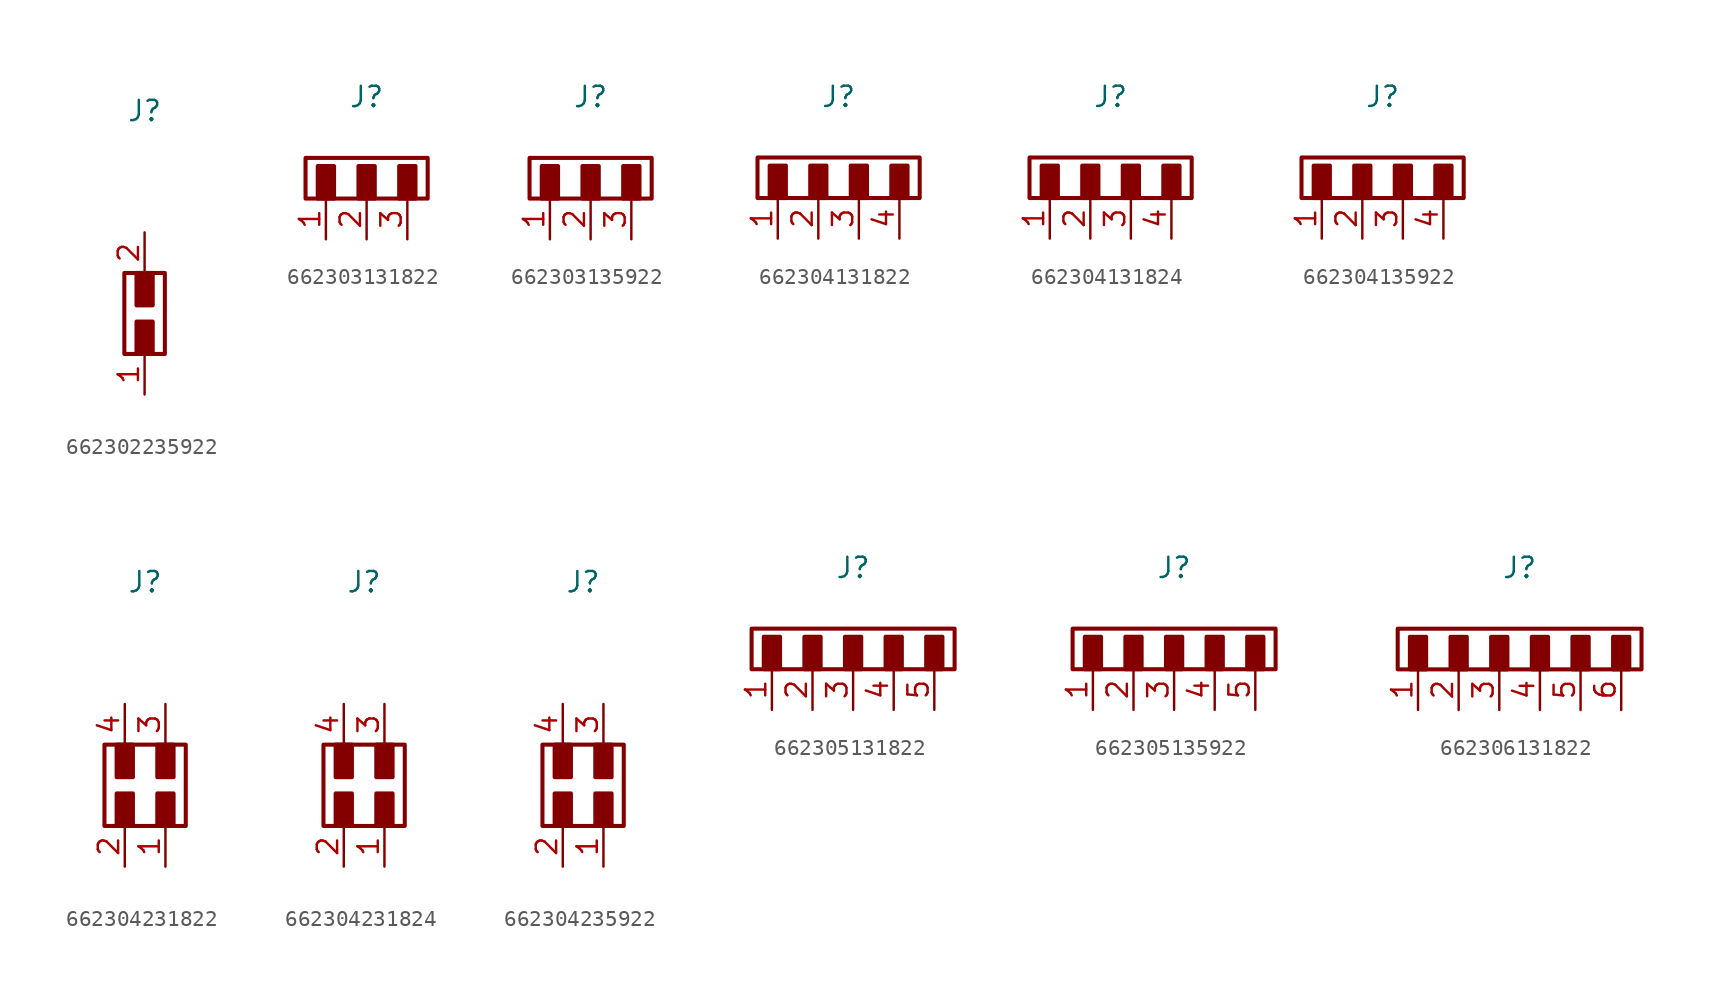
<source format=kicad_sym>
(kicad_symbol_lib
  (version 20241209)
  (generator "kicad_symbol_editor")
  (generator_version "9.0")
  (symbol "662302235922"
    (pin_names
      (hide yes))
    (property "Reference" "J"
      (at 0 12.7 0)
      (effects (font (size 1.27 1.27))))
    (symbol "662302235922_1_1"
      (rectangle (start -0.508 2.54) (end 0.508 0.508) (stroke (width 0.254) (type solid)) (fill (type outline)))
      (rectangle (start -0.508 -0.508) (end 0.508 -2.54) (stroke (width 0.254) (type solid)) (fill (type outline)))
      (rectangle (start 1.27 -2.54) (end -1.27 2.54) (stroke (width 0.254) (type solid)) (fill (type none)))
      (pin passive line (at 0 5.08 270) (length 2.54) (name "2" (effects (font (size 1.27 1.27)))) (number "2" (effects (font (size 1.27 1.27)))))
      (pin passive line (at 0 -5.08 90) (length 2.54) (name "1" (effects (font (size 1.27 1.27)))) (number "1" (effects (font (size 1.27 1.27)))))))
  (symbol "662303131822"
    (pin_names
      (hide yes))
    (property "Reference" "J"
      (at 0 5.08 0)
      (effects (font (size 1.27 1.27))))
    (symbol "662303131822_1_1"
      (rectangle (start -3.81 1.27) (end 3.81 -1.27) (stroke (width 0.254) (type solid)) (fill (type none)))
      (rectangle (start -3.048 0.762) (end -2.032 -1.27) (stroke (width 0.254) (type solid)) (fill (type outline)))
      (rectangle (start 0.508 -1.27) (end -0.508 0.762) (stroke (width 0.254) (type solid)) (fill (type outline)))
      (rectangle (start 3.048 -1.27) (end 2.032 0.762) (stroke (width 0.254) (type solid)) (fill (type outline)))
      (pin passive line (at -2.54 -3.81 90) (length 2.54) (name "1" (effects (font (size 1.27 1.27)))) (number "1" (effects (font (size 1.27 1.27)))))
      (pin passive line (at 0 -3.81 90) (length 2.54) (name "2" (effects (font (size 1.27 1.27)))) (number "2" (effects (font (size 1.27 1.27)))))
      (pin passive line (at 2.54 -3.81 90) (length 2.54) (name "3" (effects (font (size 1.27 1.27)))) (number "3" (effects (font (size 1.27 1.27)))))))
  (symbol "662303135922"
    (pin_names
      (hide yes))
    (property "Reference" "J"
      (at 0 5.08 0)
      (effects (font (size 1.27 1.27))))
    (symbol "662303135922_1_1"
      (rectangle (start -3.81 1.27) (end 3.81 -1.27) (stroke (width 0.254) (type solid)) (fill (type none)))
      (rectangle (start -3.048 0.762) (end -2.032 -1.27) (stroke (width 0.254) (type solid)) (fill (type outline)))
      (rectangle (start 0.508 -1.27) (end -0.508 0.762) (stroke (width 0.254) (type solid)) (fill (type outline)))
      (rectangle (start 3.048 -1.27) (end 2.032 0.762) (stroke (width 0.254) (type solid)) (fill (type outline)))
      (pin passive line (at -2.54 -3.81 90) (length 2.54) (name "1" (effects (font (size 1.27 1.27)))) (number "1" (effects (font (size 1.27 1.27)))))
      (pin passive line (at 0 -3.81 90) (length 2.54) (name "2" (effects (font (size 1.27 1.27)))) (number "2" (effects (font (size 1.27 1.27)))))
      (pin passive line (at 2.54 -3.81 90) (length 2.54) (name "3" (effects (font (size 1.27 1.27)))) (number "3" (effects (font (size 1.27 1.27)))))))
  (symbol "662304131822"
    (pin_names
      (hide yes))
    (property "Reference" "J"
      (at 0 5.08 0)
      (effects (font (size 1.27 1.27))))
    (symbol "662304131822_1_1"
      (rectangle (start -5.08 1.27) (end 5.08 -1.27) (stroke (width 0.254) (type solid)) (fill (type none)))
      (rectangle (start -4.318 0.762) (end -3.302 -1.27) (stroke (width 0.254) (type solid)) (fill (type outline)))
      (rectangle (start -0.762 -1.27) (end -1.778 0.762) (stroke (width 0.254) (type solid)) (fill (type outline)))
      (rectangle (start 1.778 -1.27) (end 0.762 0.762) (stroke (width 0.254) (type solid)) (fill (type outline)))
      (rectangle (start 4.318 -1.27) (end 3.302 0.762) (stroke (width 0.254) (type solid)) (fill (type outline)))
      (pin passive line (at -3.81 -3.81 90) (length 2.54) (name "1" (effects (font (size 1.27 1.27)))) (number "1" (effects (font (size 1.27 1.27)))))
      (pin passive line (at -1.27 -3.81 90) (length 2.54) (name "2" (effects (font (size 1.27 1.27)))) (number "2" (effects (font (size 1.27 1.27)))))
      (pin passive line (at 1.27 -3.81 90) (length 2.54) (name "3" (effects (font (size 1.27 1.27)))) (number "3" (effects (font (size 1.27 1.27)))))
      (pin passive line (at 3.81 -3.81 90) (length 2.54) (name "4" (effects (font (size 1.27 1.27)))) (number "4" (effects (font (size 1.27 1.27)))))))
  (symbol "662304131824"
    (pin_names
      (hide yes))
    (property "Reference" "J"
      (at 0 5.08 0)
      (effects (font (size 1.27 1.27))))
    (symbol "662304131824_1_1"
      (rectangle (start -5.08 1.27) (end 5.08 -1.27) (stroke (width 0.254) (type solid)) (fill (type none)))
      (rectangle (start -4.318 0.762) (end -3.302 -1.27) (stroke (width 0.254) (type solid)) (fill (type outline)))
      (rectangle (start -0.762 -1.27) (end -1.778 0.762) (stroke (width 0.254) (type solid)) (fill (type outline)))
      (rectangle (start 0.762 0.762) (end 1.778 -1.27) (stroke (width 0.254) (type solid)) (fill (type outline)))
      (rectangle (start 4.318 -1.27) (end 3.302 0.762) (stroke (width 0.254) (type solid)) (fill (type outline)))
      (pin passive line (at -3.81 -3.81 90) (length 2.54) (name "1" (effects (font (size 1.27 1.27)))) (number "1" (effects (font (size 1.27 1.27)))))
      (pin passive line (at -1.27 -3.81 90) (length 2.54) (name "2" (effects (font (size 1.27 1.27)))) (number "2" (effects (font (size 1.27 1.27)))))
      (pin passive line (at 1.27 -3.81 90) (length 2.54) (name "3" (effects (font (size 1.27 1.27)))) (number "3" (effects (font (size 1.27 1.27)))))
      (pin passive line (at 3.81 -3.81 90) (length 2.54) (name "4" (effects (font (size 1.27 1.27)))) (number "4" (effects (font (size 1.27 1.27)))))))
  (symbol "662304135922"
    (pin_names
      (hide yes))
    (property "Reference" "J"
      (at 0 5.08 0)
      (effects (font (size 1.27 1.27))))
    (symbol "662304135922_1_1"
      (rectangle (start -5.08 1.27) (end 5.08 -1.27) (stroke (width 0.254) (type solid)) (fill (type none)))
      (rectangle (start -4.318 0.762) (end -3.302 -1.27) (stroke (width 0.254) (type solid)) (fill (type outline)))
      (rectangle (start -0.762 -1.27) (end -1.778 0.762) (stroke (width 0.254) (type solid)) (fill (type outline)))
      (rectangle (start 1.778 -1.27) (end 0.762 0.762) (stroke (width 0.254) (type solid)) (fill (type outline)))
      (rectangle (start 4.318 -1.27) (end 3.302 0.762) (stroke (width 0.254) (type solid)) (fill (type outline)))
      (pin passive line (at -3.81 -3.81 90) (length 2.54) (name "1" (effects (font (size 1.27 1.27)))) (number "1" (effects (font (size 1.27 1.27)))))
      (pin passive line (at -1.27 -3.81 90) (length 2.54) (name "2" (effects (font (size 1.27 1.27)))) (number "2" (effects (font (size 1.27 1.27)))))
      (pin passive line (at 1.27 -3.81 90) (length 2.54) (name "3" (effects (font (size 1.27 1.27)))) (number "3" (effects (font (size 1.27 1.27)))))
      (pin passive line (at 3.81 -3.81 90) (length 2.54) (name "4" (effects (font (size 1.27 1.27)))) (number "4" (effects (font (size 1.27 1.27)))))))
  (symbol "662304231822"
    (pin_names
      (hide yes))
    (property "Reference" "J"
      (at 0 12.7 0)
      (effects (font (size 1.27 1.27))))
    (symbol "662304231822_1_1"
      (rectangle (start -2.54 2.54) (end 2.54 -2.54) (stroke (width 0.254) (type solid)) (fill (type none)))
      (rectangle (start -1.778 2.54) (end -0.762 0.508) (stroke (width 0.254) (type solid)) (fill (type outline)))
      (rectangle (start -1.778 -0.508) (end -0.762 -2.54) (stroke (width 0.254) (type solid)) (fill (type outline)))
      (rectangle (start 0.762 2.54) (end 1.778 0.508) (stroke (width 0.254) (type solid)) (fill (type outline)))
      (rectangle (start 0.762 -0.508) (end 1.778 -2.54) (stroke (width 0.254) (type solid)) (fill (type outline)))
      (pin passive line (at -1.27 5.08 270) (length 2.54) (name "4" (effects (font (size 1.27 1.27)))) (number "4" (effects (font (size 1.27 1.27)))))
      (pin passive line (at -1.27 -5.08 90) (length 2.54) (name "2" (effects (font (size 1.27 1.27)))) (number "2" (effects (font (size 1.27 1.27)))))
      (pin passive line (at 1.27 5.08 270) (length 2.54) (name "3" (effects (font (size 1.27 1.27)))) (number "3" (effects (font (size 1.27 1.27)))))
      (pin passive line (at 1.27 -5.08 90) (length 2.54) (name "1" (effects (font (size 1.27 1.27)))) (number "1" (effects (font (size 1.27 1.27)))))))
  (symbol "662304231824"
    (pin_names
      (hide yes))
    (property "Reference" "J"
      (at 0 12.7 0)
      (effects (font (size 1.27 1.27))))
    (symbol "662304231824_1_1"
      (rectangle (start -2.54 2.54) (end 2.54 -2.54) (stroke (width 0.254) (type solid)) (fill (type none)))
      (rectangle (start -1.778 2.54) (end -0.762 0.508) (stroke (width 0.254) (type solid)) (fill (type outline)))
      (rectangle (start -1.778 -0.508) (end -0.762 -2.54) (stroke (width 0.254) (type solid)) (fill (type outline)))
      (rectangle (start 0.762 2.54) (end 1.778 0.508) (stroke (width 0.254) (type solid)) (fill (type outline)))
      (rectangle (start 0.762 -0.508) (end 1.778 -2.54) (stroke (width 0.254) (type solid)) (fill (type outline)))
      (pin passive line (at -1.27 5.08 270) (length 2.54) (name "4" (effects (font (size 1.27 1.27)))) (number "4" (effects (font (size 1.27 1.27)))))
      (pin passive line (at -1.27 -5.08 90) (length 2.54) (name "2" (effects (font (size 1.27 1.27)))) (number "2" (effects (font (size 1.27 1.27)))))
      (pin passive line (at 1.27 5.08 270) (length 2.54) (name "3" (effects (font (size 1.27 1.27)))) (number "3" (effects (font (size 1.27 1.27)))))
      (pin passive line (at 1.27 -5.08 90) (length 2.54) (name "1" (effects (font (size 1.27 1.27)))) (number "1" (effects (font (size 1.27 1.27)))))))
  (symbol "662304235922"
    (pin_names
      (hide yes))
    (property "Reference" "J"
      (at 0 12.7 0)
      (effects (font (size 1.27 1.27))))
    (symbol "662304235922_1_1"
      (rectangle (start -2.54 2.54) (end 2.54 -2.54) (stroke (width 0.254) (type solid)) (fill (type none)))
      (rectangle (start -1.778 2.54) (end -0.762 0.508) (stroke (width 0.254) (type solid)) (fill (type outline)))
      (rectangle (start -1.778 -0.508) (end -0.762 -2.54) (stroke (width 0.254) (type solid)) (fill (type outline)))
      (rectangle (start 0.762 2.54) (end 1.778 0.508) (stroke (width 0.254) (type solid)) (fill (type outline)))
      (rectangle (start 0.762 -0.508) (end 1.778 -2.54) (stroke (width 0.254) (type solid)) (fill (type outline)))
      (pin passive line (at -1.27 5.08 270) (length 2.54) (name "4" (effects (font (size 1.27 1.27)))) (number "4" (effects (font (size 1.27 1.27)))))
      (pin passive line (at -1.27 -5.08 90) (length 2.54) (name "2" (effects (font (size 1.27 1.27)))) (number "2" (effects (font (size 1.27 1.27)))))
      (pin passive line (at 1.27 5.08 270) (length 2.54) (name "3" (effects (font (size 1.27 1.27)))) (number "3" (effects (font (size 1.27 1.27)))))
      (pin passive line (at 1.27 -5.08 90) (length 2.54) (name "1" (effects (font (size 1.27 1.27)))) (number "1" (effects (font (size 1.27 1.27)))))))
  (symbol "662305131822"
    (pin_names
      (hide yes))
    (property "Reference" "J"
      (at 0 5.08 0)
      (effects (font (size 1.27 1.27))))
    (symbol "662305131822_1_1"
      (rectangle (start -6.35 1.27) (end 6.35 -1.27) (stroke (width 0.254) (type solid)) (fill (type none)))
      (rectangle (start -5.588 0.762) (end -4.572 -1.27) (stroke (width 0.254) (type solid)) (fill (type outline)))
      (rectangle (start -2.032 -1.27) (end -3.048 0.762) (stroke (width 0.254) (type solid)) (fill (type outline)))
      (rectangle (start 0.508 -1.27) (end -0.508 0.762) (stroke (width 0.254) (type solid)) (fill (type outline)))
      (rectangle (start 3.048 -1.27) (end 2.032 0.762) (stroke (width 0.254) (type solid)) (fill (type outline)))
      (rectangle (start 5.588 -1.27) (end 4.572 0.762) (stroke (width 0.254) (type solid)) (fill (type outline)))
      (pin passive line (at -5.08 -3.81 90) (length 2.54) (name "1" (effects (font (size 1.27 1.27)))) (number "1" (effects (font (size 1.27 1.27)))))
      (pin passive line (at -2.54 -3.81 90) (length 2.54) (name "2" (effects (font (size 1.27 1.27)))) (number "2" (effects (font (size 1.27 1.27)))))
      (pin passive line (at 0 -3.81 90) (length 2.54) (name "3" (effects (font (size 1.27 1.27)))) (number "3" (effects (font (size 1.27 1.27)))))
      (pin passive line (at 2.54 -3.81 90) (length 2.54) (name "4" (effects (font (size 1.27 1.27)))) (number "4" (effects (font (size 1.27 1.27)))))
      (pin passive line (at 5.08 -3.81 90) (length 2.54) (name "5" (effects (font (size 1.27 1.27)))) (number "5" (effects (font (size 1.27 1.27)))))))
  (symbol "662305135922"
    (pin_names
      (hide yes))
    (property "Reference" "J"
      (at 0 5.08 0)
      (effects (font (size 1.27 1.27))))
    (symbol "662305135922_1_1"
      (rectangle (start -6.35 1.27) (end 6.35 -1.27) (stroke (width 0.254) (type solid)) (fill (type none)))
      (rectangle (start -5.588 0.762) (end -4.572 -1.27) (stroke (width 0.254) (type solid)) (fill (type outline)))
      (rectangle (start -2.032 -1.27) (end -3.048 0.762) (stroke (width 0.254) (type solid)) (fill (type outline)))
      (rectangle (start 0.508 -1.27) (end -0.508 0.762) (stroke (width 0.254) (type solid)) (fill (type outline)))
      (rectangle (start 3.048 -1.27) (end 2.032 0.762) (stroke (width 0.254) (type solid)) (fill (type outline)))
      (rectangle (start 5.588 -1.27) (end 4.572 0.762) (stroke (width 0.254) (type solid)) (fill (type outline)))
      (pin passive line (at -5.08 -3.81 90) (length 2.54) (name "1" (effects (font (size 1.27 1.27)))) (number "1" (effects (font (size 1.27 1.27)))))
      (pin passive line (at -2.54 -3.81 90) (length 2.54) (name "2" (effects (font (size 1.27 1.27)))) (number "2" (effects (font (size 1.27 1.27)))))
      (pin passive line (at 0 -3.81 90) (length 2.54) (name "3" (effects (font (size 1.27 1.27)))) (number "3" (effects (font (size 1.27 1.27)))))
      (pin passive line (at 2.54 -3.81 90) (length 2.54) (name "4" (effects (font (size 1.27 1.27)))) (number "4" (effects (font (size 1.27 1.27)))))
      (pin passive line (at 5.08 -3.81 90) (length 2.54) (name "5" (effects (font (size 1.27 1.27)))) (number "5" (effects (font (size 1.27 1.27)))))))
  (symbol "662306131822"
    (pin_names
      (hide yes))
    (property "Reference" "J"
      (at 0 5.08 0)
      (effects (font (size 1.27 1.27))))
    (symbol "662306131822_1_1"
      (rectangle (start -7.62 1.27) (end 7.62 -1.27) (stroke (width 0.254) (type solid)) (fill (type none)))
      (rectangle (start -6.858 0.762) (end -5.842 -1.27) (stroke (width 0.254) (type solid)) (fill (type outline)))
      (rectangle (start -3.302 -1.27) (end -4.318 0.762) (stroke (width 0.254) (type solid)) (fill (type outline)))
      (rectangle (start -0.762 -1.27) (end -1.778 0.762) (stroke (width 0.254) (type solid)) (fill (type outline)))
      (rectangle (start 1.778 -1.27) (end 0.762 0.762) (stroke (width 0.254) (type solid)) (fill (type outline)))
      (rectangle (start 4.318 -1.27) (end 3.302 0.762) (stroke (width 0.254) (type solid)) (fill (type outline)))
      (rectangle (start 6.858 -1.27) (end 5.842 0.762) (stroke (width 0.254) (type solid)) (fill (type outline)))
      (pin passive line (at -6.35 -3.81 90) (length 2.54) (name "1" (effects (font (size 1.27 1.27)))) (number "1" (effects (font (size 1.27 1.27)))))
      (pin passive line (at -3.81 -3.81 90) (length 2.54) (name "2" (effects (font (size 1.27 1.27)))) (number "2" (effects (font (size 1.27 1.27)))))
      (pin passive line (at -1.27 -3.81 90) (length 2.54) (name "3" (effects (font (size 1.27 1.27)))) (number "3" (effects (font (size 1.27 1.27)))))
      (pin passive line (at 1.27 -3.81 90) (length 2.54) (name "4" (effects (font (size 1.27 1.27)))) (number "4" (effects (font (size 1.27 1.27)))))
      (pin passive line (at 3.81 -3.81 90) (length 2.54) (name "5" (effects (font (size 1.27 1.27)))) (number "5" (effects (font (size 1.27 1.27)))))
      (pin passive line (at 6.35 -3.81 90) (length 2.54) (name "6" (effects (font (size 1.27 1.27)))) (number "6" (effects (font (size 1.27 1.27))))))))
</source>
